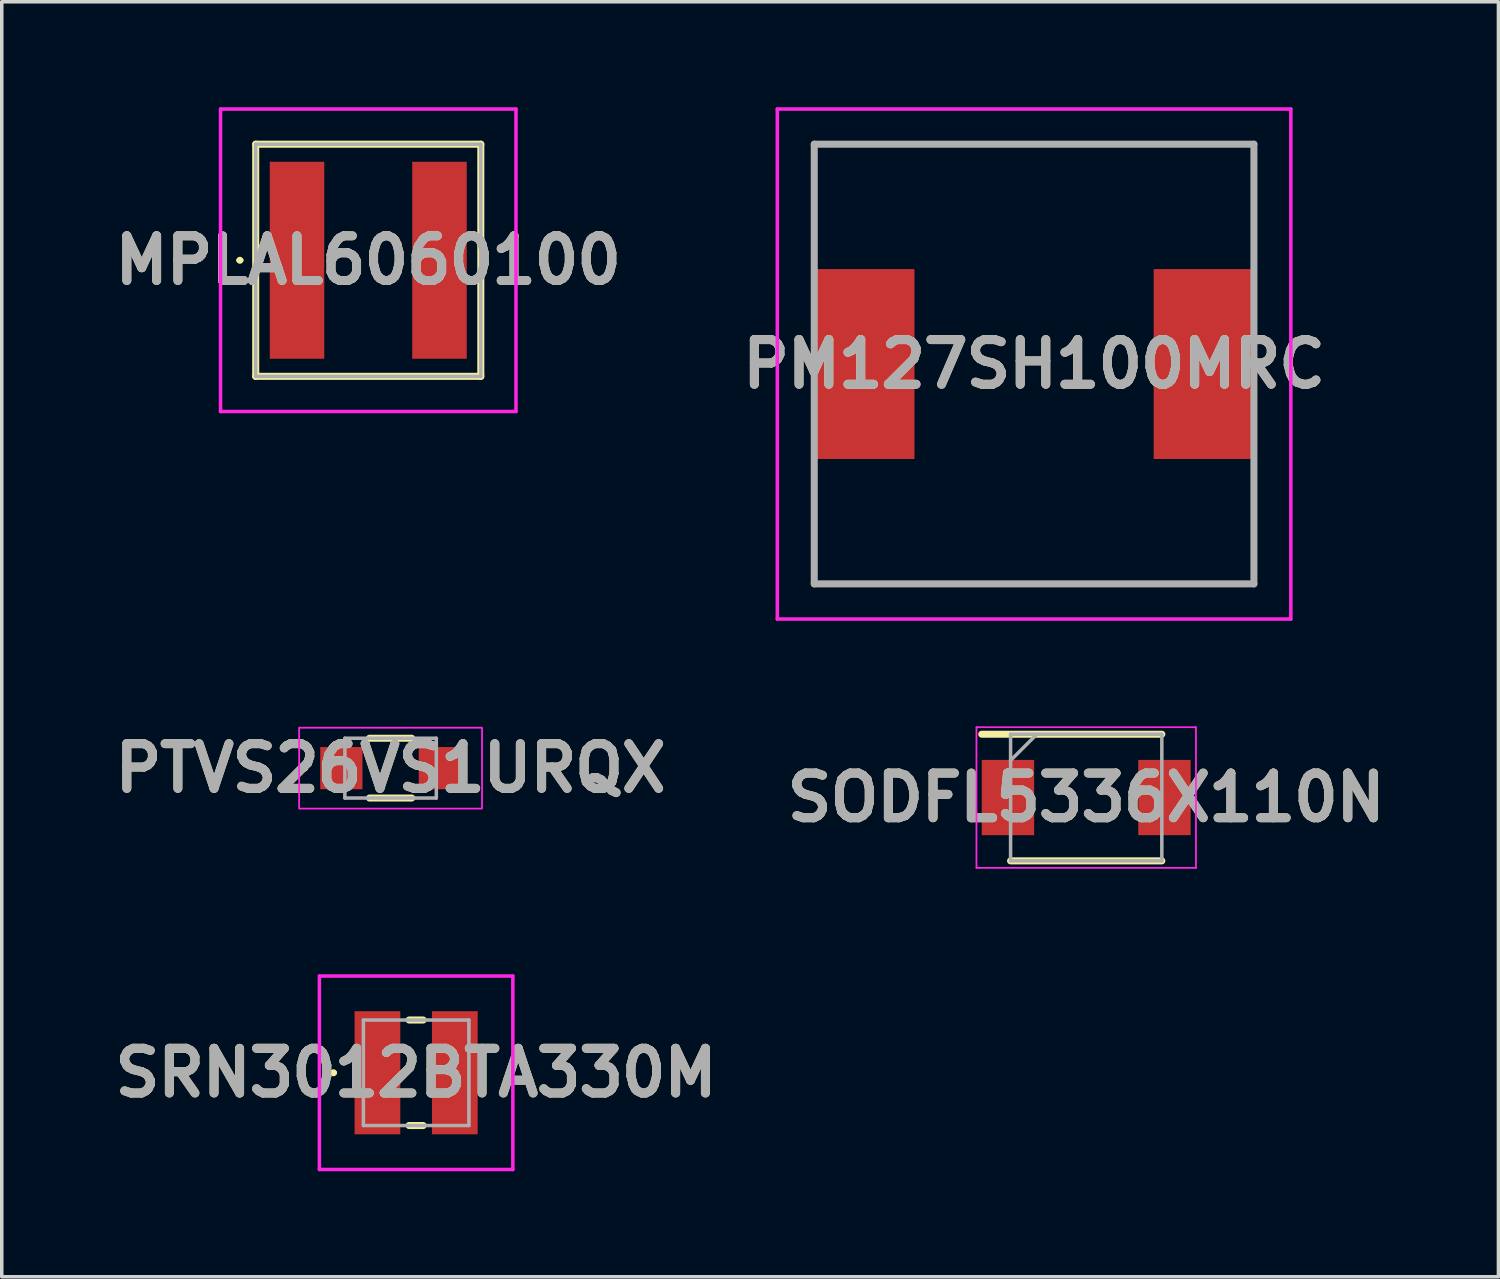
<source format=kicad_pcb>
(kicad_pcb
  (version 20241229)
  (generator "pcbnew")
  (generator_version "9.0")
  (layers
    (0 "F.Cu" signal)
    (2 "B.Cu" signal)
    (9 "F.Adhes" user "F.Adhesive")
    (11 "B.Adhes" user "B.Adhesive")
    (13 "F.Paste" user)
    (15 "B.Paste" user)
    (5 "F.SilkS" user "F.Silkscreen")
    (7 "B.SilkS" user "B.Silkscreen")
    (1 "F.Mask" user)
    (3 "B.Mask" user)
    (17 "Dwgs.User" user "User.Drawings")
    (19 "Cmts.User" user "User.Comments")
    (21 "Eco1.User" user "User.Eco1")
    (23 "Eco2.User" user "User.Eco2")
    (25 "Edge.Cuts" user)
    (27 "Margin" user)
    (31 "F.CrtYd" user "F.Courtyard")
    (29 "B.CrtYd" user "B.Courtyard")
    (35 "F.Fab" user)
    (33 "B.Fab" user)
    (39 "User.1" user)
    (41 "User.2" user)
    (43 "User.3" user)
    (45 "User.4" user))
  (footprint "SODFL5336X110N"
    (layer "F.Cu")
    (at 27.832 19.625)
    (property "Reference" "SODFL5336X110N" (at 0 0 0) (layer "F.SilkS") (effects (font (size 1.27 1.27) (thickness 0.254))))
    (attr smd)
    (fp_line (start -2.97 -1.8) (end 2.15 -1.8) (stroke (width 0.2) (type solid)) (layer "F.SilkS"))
    (fp_line (start -2.15 1.8) (end 2.15 1.8) (stroke (width 0.2) (type solid)) (layer "F.SilkS"))
    (fp_line (start -3.12 -2) (end 3.12 -2) (stroke (width 0.05) (type solid)) (layer "F.CrtYd"))
    (fp_line (start -3.12 2) (end -3.12 -2) (stroke (width 0.05) (type solid)) (layer "F.CrtYd"))
    (fp_line (start 3.12 -2) (end 3.12 2) (stroke (width 0.05) (type solid)) (layer "F.CrtYd"))
    (fp_line (start 3.12 2) (end -3.12 2) (stroke (width 0.05) (type solid)) (layer "F.CrtYd"))
    (fp_line (start -2.15 -1.8) (end 2.15 -1.8) (stroke (width 0.1) (type solid)) (layer "F.Fab"))
    (fp_line (start -2.15 -1.055) (end -1.405 -1.8) (stroke (width 0.1) (type solid)) (layer "F.Fab"))
    (fp_line (start -2.15 1.8) (end -2.15 -1.8) (stroke (width 0.1) (type solid)) (layer "F.Fab"))
    (fp_line (start 2.15 -1.8) (end 2.15 1.8) (stroke (width 0.1) (type solid)) (layer "F.Fab"))
    (fp_line (start 2.15 1.8) (end -2.15 1.8) (stroke (width 0.1) (type solid)) (layer "F.Fab"))
    (fp_text user "${REFERENCE}" (at 0 0 0) (layer "F.Fab") (effects (font (size 1.27 1.27) (thickness 0.254))))
    (pad "1" smd rect (at -2.225 0) (size 1.49 2.14) (layers "F.Cu" "F.Mask" "F.Paste"))
    (pad "2" smd rect (at 2.225 0) (size 1.49 2.14) (layers "F.Cu" "F.Mask" "F.Paste")))
  (footprint "PTVS26VS1URQX"
    (layer "F.Cu")
    (at 8.055 18.789)
    (property "Reference" "PTVS26VS1URQX" (at 0 0 0) (layer "F.SilkS") (effects (font (size 1.27 1.27) (thickness 0.254))))
    (attr smd)
    (fp_line (start -2.5 0) (end -2.5 0) (stroke (width 0.1) (type solid)) (layer "F.SilkS"))
    (fp_line (start -2.4 0) (end -2.4 0) (stroke (width 0.1) (type solid)) (layer "F.SilkS"))
    (fp_line (start -0.6 -0.85) (end 0.6 -0.85) (stroke (width 0.2) (type solid)) (layer "F.SilkS"))
    (fp_line (start 0.6 0.85) (end -0.6 0.85) (stroke (width 0.2) (type solid)) (layer "F.SilkS"))
    (fp_arc (start -2.5 0) (mid -2.45 -0.05) (end -2.4 0) (stroke (width 0.1) (type solid)) (layer "F.SilkS"))
    (fp_arc (start -2.4 0) (mid -2.45 0.05) (end -2.5 0) (stroke (width 0.1) (type solid)) (layer "F.SilkS"))
    (fp_rect (start -2.6 -1.15) (end 2.6 1.15) (stroke (width 0.05) (type default)) (fill no) (layer "F.CrtYd"))
    (fp_line (start -1.3 -0.85) (end 1.3 -0.85) (stroke (width 0.1) (type solid)) (layer "F.Fab"))
    (fp_line (start -1.3 0.85) (end -1.3 -0.85) (stroke (width 0.1) (type solid)) (layer "F.Fab"))
    (fp_line (start 1.3 -0.85) (end 1.3 0.85) (stroke (width 0.1) (type solid)) (layer "F.Fab"))
    (fp_line (start 1.3 0.85) (end -1.3 0.85) (stroke (width 0.1) (type solid)) (layer "F.Fab"))
    (fp_text user "${REFERENCE}" (at 0 0 0) (layer "F.Fab") (effects (font (size 1.27 1.27) (thickness 0.254))))
    (pad "1" smd rect (at -1.4 0 90) (size 1.2 1.2) (layers "F.Cu" "F.Mask" "F.Paste"))
    (pad "2" smd rect (at 1.4 0 90) (size 1.2 1.2) (layers "F.Cu" "F.Mask" "F.Paste")))
  (footprint "PM127SH100MRC"
    (layer "F.Cu")
    (at 26.35 7.3)
    (property "Reference" "PM127SH100MRC" (at 0 0 0) (layer "F.SilkS") (effects (font (size 1.27 1.27) (thickness 0.254))))
    (attr smd)
    (fp_line (start -6.25 -6.25) (end 6.25 -6.25) (stroke (width 0.1) (type solid)) (layer "F.SilkS"))
    (fp_line (start -6.25 -3.5) (end -6.25 -6.25) (stroke (width 0.1) (type solid)) (layer "F.SilkS"))
    (fp_line (start -6.25 3.5) (end -6.25 6.25) (stroke (width 0.1) (type solid)) (layer "F.SilkS"))
    (fp_line (start -6.25 6.25) (end 6.25 6.25) (stroke (width 0.1) (type solid)) (layer "F.SilkS"))
    (fp_line (start 6.25 -6.25) (end 6.25 -3.5) (stroke (width 0.1) (type solid)) (layer "F.SilkS"))
    (fp_line (start 6.25 6.25) (end 6.25 3.5) (stroke (width 0.1) (type solid)) (layer "F.SilkS"))
    (fp_line (start -7.3 -7.25) (end 7.3 -7.25) (stroke (width 0.1) (type solid)) (layer "F.CrtYd"))
    (fp_line (start -7.3 7.25) (end -7.3 -7.25) (stroke (width 0.1) (type solid)) (layer "F.CrtYd"))
    (fp_line (start 7.3 -7.25) (end 7.3 7.25) (stroke (width 0.1) (type solid)) (layer "F.CrtYd"))
    (fp_line (start 7.3 7.25) (end -7.3 7.25) (stroke (width 0.1) (type solid)) (layer "F.CrtYd"))
    (fp_line (start -6.25 -6.25) (end 6.25 -6.25) (stroke (width 0.2) (type solid)) (layer "F.Fab"))
    (fp_line (start -6.25 6.25) (end -6.25 -6.25) (stroke (width 0.2) (type solid)) (layer "F.Fab"))
    (fp_line (start 6.25 -6.25) (end 6.25 6.25) (stroke (width 0.2) (type solid)) (layer "F.Fab"))
    (fp_line (start 6.25 6.25) (end -6.25 6.25) (stroke (width 0.2) (type solid)) (layer "F.Fab"))
    (fp_text user "${REFERENCE}" (at 0 0 0) (layer "F.Fab") (effects (font (size 1.27 1.27) (thickness 0.254))))
    (pad "1" smd rect (at -4.85 0) (size 2.9 5.4) (layers "F.Cu" "F.Mask" "F.Paste"))
    (pad "2" smd rect (at 4.85 0) (size 2.9 5.4) (layers "F.Cu" "F.Mask" "F.Paste")))
  (footprint "SRN3012BTA330M"
    (layer "F.Cu")
    (at 8.781 27.45)
    (property "Reference" "SRN3012BTA330M" (at 0 0 0) (layer "F.SilkS") (effects (font (size 1.27 1.27) (thickness 0.254))))
    (attr smd)
    (fp_line (start -2.4 0) (end -2.4 0) (stroke (width 0.1) (type solid)) (layer "F.SilkS"))
    (fp_line (start -2.3 0) (end -2.3 0) (stroke (width 0.1) (type solid)) (layer "F.SilkS"))
    (fp_line (start -0.2 1.5) (end 0.2 1.5) (stroke (width 0.2) (type solid)) (layer "F.SilkS"))
    (fp_line (start 0.2 -1.5) (end -0.2 -1.5) (stroke (width 0.2) (type solid)) (layer "F.SilkS"))
    (fp_arc (start -2.4 0) (mid -2.35 -0.05) (end -2.3 0) (stroke (width 0.1) (type solid)) (layer "F.SilkS"))
    (fp_arc (start -2.3 0) (mid -2.35 0.05) (end -2.4 0) (stroke (width 0.1) (type solid)) (layer "F.SilkS"))
    (fp_line (start -2.75 -2.75) (end 2.75 -2.75) (stroke (width 0.1) (type solid)) (layer "F.CrtYd"))
    (fp_line (start -2.75 2.75) (end -2.75 -2.75) (stroke (width 0.1) (type solid)) (layer "F.CrtYd"))
    (fp_line (start 2.75 -2.75) (end 2.75 2.75) (stroke (width 0.1) (type solid)) (layer "F.CrtYd"))
    (fp_line (start 2.75 2.75) (end -2.75 2.75) (stroke (width 0.1) (type solid)) (layer "F.CrtYd"))
    (fp_line (start -1.5 -1.5) (end -1.5 1.5) (stroke (width 0.1) (type solid)) (layer "F.Fab"))
    (fp_line (start -1.5 1.5) (end 1.5 1.5) (stroke (width 0.1) (type solid)) (layer "F.Fab"))
    (fp_line (start 1.5 -1.5) (end -1.5 -1.5) (stroke (width 0.1) (type solid)) (layer "F.Fab"))
    (fp_line (start 1.5 1.5) (end 1.5 -1.5) (stroke (width 0.1) (type solid)) (layer "F.Fab"))
    (fp_text user "${REFERENCE}" (at 0 0 0) (layer "F.Fab") (effects (font (size 1.27 1.27) (thickness 0.254))))
    (pad "1" smd rect (at -1.1 0) (size 1.3 3.5) (layers "F.Cu" "F.Mask" "F.Paste"))
    (pad "2" smd rect (at 1.1 0) (size 1.3 3.5) (layers "F.Cu" "F.Mask" "F.Paste")))
  (footprint "MPLAL6060100"
    (layer "F.Cu")
    (at 7.42 4.35)
    (property "Reference" "MPLAL6060100" (at 0 0 0) (layer "F.SilkS") (effects (font (size 1.27 1.27) (thickness 0.254))))
    (attr smd)
    (fp_line (start -3.7 0) (end -3.7 0) (stroke (width 0.1) (type solid)) (layer "F.SilkS"))
    (fp_line (start -3.6 0) (end -3.6 0) (stroke (width 0.1) (type solid)) (layer "F.SilkS"))
    (fp_line (start -3.2 -3.3) (end 3.2 -3.3) (stroke (width 0.2) (type solid)) (layer "F.SilkS"))
    (fp_line (start -3.2 3.3) (end -3.2 -3.3) (stroke (width 0.2) (type solid)) (layer "F.SilkS"))
    (fp_line (start 3.2 -3.3) (end 3.2 3.3) (stroke (width 0.2) (type solid)) (layer "F.SilkS"))
    (fp_line (start 3.2 3.3) (end -3.2 3.3) (stroke (width 0.2) (type solid)) (layer "F.SilkS"))
    (fp_arc (start -3.7 0) (mid -3.65 -0.05) (end -3.6 0) (stroke (width 0.1) (type solid)) (layer "F.SilkS"))
    (fp_arc (start -3.6 0) (mid -3.65 0.05) (end -3.7 0) (stroke (width 0.1) (type solid)) (layer "F.SilkS"))
    (fp_line (start -4.2 -4.3) (end 4.2 -4.3) (stroke (width 0.1) (type solid)) (layer "F.CrtYd"))
    (fp_line (start -4.2 4.3) (end -4.2 -4.3) (stroke (width 0.1) (type solid)) (layer "F.CrtYd"))
    (fp_line (start 4.2 -4.3) (end 4.2 4.3) (stroke (width 0.1) (type solid)) (layer "F.CrtYd"))
    (fp_line (start 4.2 4.3) (end -4.2 4.3) (stroke (width 0.1) (type solid)) (layer "F.CrtYd"))
    (fp_line (start -3.2 -3.3) (end 3.2 -3.3) (stroke (width 0.1) (type solid)) (layer "F.Fab"))
    (fp_line (start -3.2 3.3) (end -3.2 -3.3) (stroke (width 0.1) (type solid)) (layer "F.Fab"))
    (fp_line (start 3.2 -3.3) (end 3.2 3.3) (stroke (width 0.1) (type solid)) (layer "F.Fab"))
    (fp_line (start 3.2 3.3) (end -3.2 3.3) (stroke (width 0.1) (type solid)) (layer "F.Fab"))
    (fp_text user "${REFERENCE}" (at 0 0 0) (layer "F.Fab") (effects (font (size 1.27 1.27) (thickness 0.254))))
    (pad "1" smd rect (at -2.025 0) (size 1.55 5.6) (layers "F.Cu" "F.Mask" "F.Paste"))
    (pad "2" smd rect (at 2.025 0) (size 1.55 5.6) (layers "F.Cu" "F.Mask" "F.Paste")))
  (gr_rect
    (start -3 -3)
    (end 39.552 33.25)
    (stroke (width 0.1) (type default))
    (fill no)
    (layer "Edge.Cuts")))
</source>
